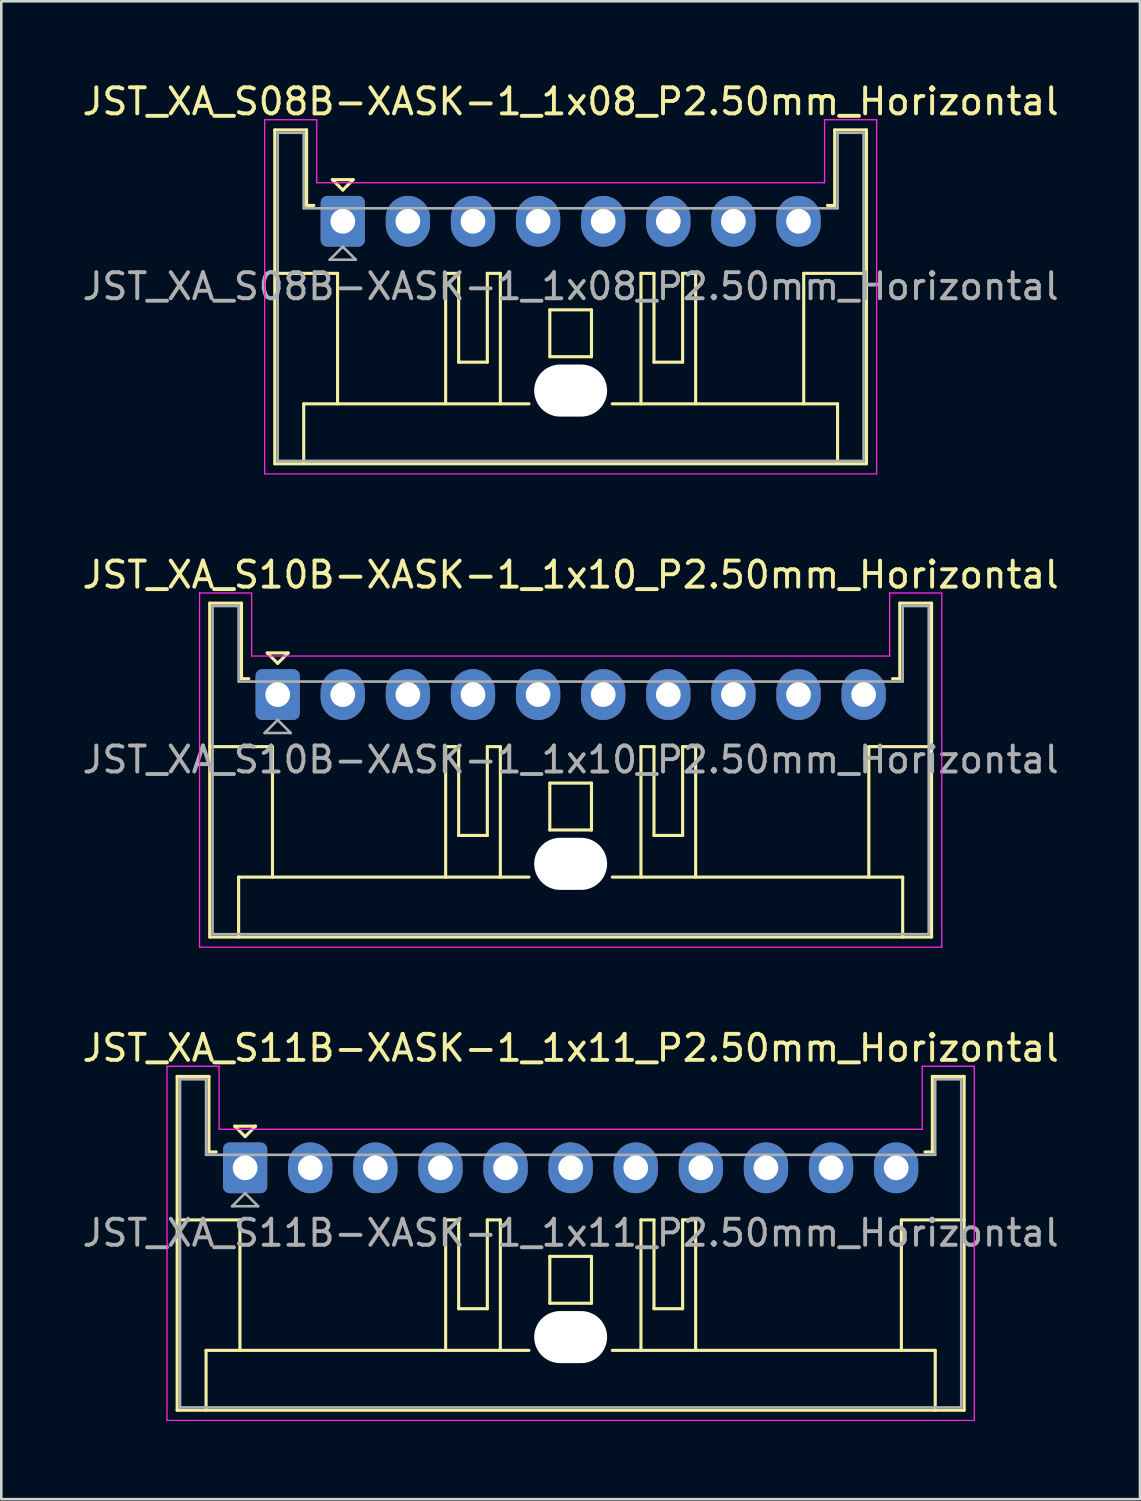
<source format=kicad_pcb>
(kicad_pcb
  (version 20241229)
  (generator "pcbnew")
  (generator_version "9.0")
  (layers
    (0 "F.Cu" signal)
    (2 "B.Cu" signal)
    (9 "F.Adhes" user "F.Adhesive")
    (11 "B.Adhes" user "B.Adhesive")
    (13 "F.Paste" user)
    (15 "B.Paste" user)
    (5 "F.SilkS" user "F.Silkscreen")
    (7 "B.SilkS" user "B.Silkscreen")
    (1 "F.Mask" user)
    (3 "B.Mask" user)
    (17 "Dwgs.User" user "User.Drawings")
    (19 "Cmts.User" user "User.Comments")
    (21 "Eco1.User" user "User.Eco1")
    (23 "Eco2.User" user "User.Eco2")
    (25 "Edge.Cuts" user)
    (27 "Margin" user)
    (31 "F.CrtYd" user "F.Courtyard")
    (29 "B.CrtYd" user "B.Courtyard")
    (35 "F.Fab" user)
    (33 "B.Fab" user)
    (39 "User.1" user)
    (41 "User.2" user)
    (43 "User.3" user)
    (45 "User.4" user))
  (footprint "JST_XA_S11B-XASK-1_1x11_P2.50mm_Horizontal"
    (layer "F.Cu")
    (at 6.363 41.795)
    (property "Reference" "JST_XA_S11B-XASK-1_1x11_P2.50mm_Horizontal" (at 12.5 -4.6 0) (layer "F.SilkS") (effects (font (size 1 1) (thickness 0.15))))
    (attr through_hole)
    (fp_line (start -2.61 -3.51) (end -2.61 9.31) (stroke (width 0.12) (type solid)) (layer "F.SilkS"))
    (fp_line (start -2.61 9.31) (end 27.61 9.31) (stroke (width 0.12) (type solid)) (layer "F.SilkS"))
    (fp_line (start -1.5 7.01) (end 10.9 7.01) (stroke (width 0.12) (type solid)) (layer "F.SilkS"))
    (fp_line (start -1.5 9.31) (end -1.5 7.01) (stroke (width 0.12) (type solid)) (layer "F.SilkS"))
    (fp_line (start -1.39 -3.51) (end -2.61 -3.51) (stroke (width 0.12) (type solid)) (layer "F.SilkS"))
    (fp_line (start -1.39 -0.61) (end -1.39 -3.51) (stroke (width 0.12) (type solid)) (layer "F.SilkS"))
    (fp_line (start -1.11 -0.61) (end -1.39 -0.61) (stroke (width 0.12) (type solid)) (layer "F.SilkS"))
    (fp_line (start -0.4 -1.6) (end 0.4 -1.6) (stroke (width 0.12) (type solid)) (layer "F.SilkS"))
    (fp_line (start -0.2 2) (end -2.61 2) (stroke (width 0.12) (type solid)) (layer "F.SilkS"))
    (fp_line (start -0.2 7.01) (end -0.2 2) (stroke (width 0.12) (type solid)) (layer "F.SilkS"))
    (fp_line (start 0 -1.2) (end -0.4 -1.6) (stroke (width 0.12) (type solid)) (layer "F.SilkS"))
    (fp_line (start 0.4 -1.6) (end 0 -1.2) (stroke (width 0.12) (type solid)) (layer "F.SilkS"))
    (fp_line (start 7.7 2) (end 7.7 7.01) (stroke (width 0.12) (type solid)) (layer "F.SilkS"))
    (fp_line (start 8.2 2) (end 7.7 2) (stroke (width 0.12) (type solid)) (layer "F.SilkS"))
    (fp_line (start 8.2 5.41) (end 8.2 2) (stroke (width 0.12) (type solid)) (layer "F.SilkS"))
    (fp_line (start 9.3 2) (end 9.3 5.41) (stroke (width 0.12) (type solid)) (layer "F.SilkS"))
    (fp_line (start 9.3 5.41) (end 8.2 5.41) (stroke (width 0.12) (type solid)) (layer "F.SilkS"))
    (fp_line (start 9.8 2) (end 9.3 2) (stroke (width 0.12) (type solid)) (layer "F.SilkS"))
    (fp_line (start 9.8 7.01) (end 9.8 2) (stroke (width 0.12) (type solid)) (layer "F.SilkS"))
    (fp_line (start 11.7 3.4) (end 13.3 3.4) (stroke (width 0.12) (type solid)) (layer "F.SilkS"))
    (fp_line (start 11.7 5.2) (end 11.7 3.4) (stroke (width 0.12) (type solid)) (layer "F.SilkS"))
    (fp_line (start 13.3 3.4) (end 13.3 5.2) (stroke (width 0.12) (type solid)) (layer "F.SilkS"))
    (fp_line (start 13.3 5.2) (end 11.7 5.2) (stroke (width 0.12) (type solid)) (layer "F.SilkS"))
    (fp_line (start 14.1 7.01) (end 26.5 7.01) (stroke (width 0.12) (type solid)) (layer "F.SilkS"))
    (fp_line (start 15.2 2) (end 15.7 2) (stroke (width 0.12) (type solid)) (layer "F.SilkS"))
    (fp_line (start 15.2 7.01) (end 15.2 2) (stroke (width 0.12) (type solid)) (layer "F.SilkS"))
    (fp_line (start 15.7 2) (end 15.7 5.41) (stroke (width 0.12) (type solid)) (layer "F.SilkS"))
    (fp_line (start 15.7 5.41) (end 16.8 5.41) (stroke (width 0.12) (type solid)) (layer "F.SilkS"))
    (fp_line (start 16.8 2) (end 17.3 2) (stroke (width 0.12) (type solid)) (layer "F.SilkS"))
    (fp_line (start 16.8 5.41) (end 16.8 2) (stroke (width 0.12) (type solid)) (layer "F.SilkS"))
    (fp_line (start 17.3 2) (end 17.3 7.01) (stroke (width 0.12) (type solid)) (layer "F.SilkS"))
    (fp_line (start 25.2 2) (end 27.61 2) (stroke (width 0.12) (type solid)) (layer "F.SilkS"))
    (fp_line (start 25.2 7.01) (end 25.2 2) (stroke (width 0.12) (type solid)) (layer "F.SilkS"))
    (fp_line (start 26.39 -3.51) (end 26.39 -0.61) (stroke (width 0.12) (type solid)) (layer "F.SilkS"))
    (fp_line (start 26.39 -0.61) (end 26.11 -0.61) (stroke (width 0.12) (type solid)) (layer "F.SilkS"))
    (fp_line (start 26.5 7.01) (end 26.5 9.31) (stroke (width 0.12) (type solid)) (layer "F.SilkS"))
    (fp_line (start 27.61 -3.51) (end 26.39 -3.51) (stroke (width 0.12) (type solid)) (layer "F.SilkS"))
    (fp_line (start 27.61 9.31) (end 27.61 -3.51) (stroke (width 0.12) (type solid)) (layer "F.SilkS"))
    (fp_line (start -3 -3.9) (end -3 9.7) (stroke (width 0.05) (type solid)) (layer "F.CrtYd"))
    (fp_line (start -3 9.7) (end 28 9.7) (stroke (width 0.05) (type solid)) (layer "F.CrtYd"))
    (fp_line (start -1 -3.9) (end -3 -3.9) (stroke (width 0.05) (type solid)) (layer "F.CrtYd"))
    (fp_line (start -1 -1.48) (end -1 -3.9) (stroke (width 0.05) (type solid)) (layer "F.CrtYd"))
    (fp_line (start 26 -3.9) (end 26 -1.48) (stroke (width 0.05) (type solid)) (layer "F.CrtYd"))
    (fp_line (start 26 -1.48) (end -1 -1.48) (stroke (width 0.05) (type solid)) (layer "F.CrtYd"))
    (fp_line (start 28 -3.9) (end 26 -3.9) (stroke (width 0.05) (type solid)) (layer "F.CrtYd"))
    (fp_line (start 28 9.7) (end 28 -3.9) (stroke (width 0.05) (type solid)) (layer "F.CrtYd"))
    (fp_line (start -2.5 -3.4) (end -2.5 9.2) (stroke (width 0.1) (type solid)) (layer "F.Fab"))
    (fp_line (start -2.5 9.2) (end 27.5 9.2) (stroke (width 0.1) (type solid)) (layer "F.Fab"))
    (fp_line (start -1.5 -3.4) (end -2.5 -3.4) (stroke (width 0.1) (type solid)) (layer "F.Fab"))
    (fp_line (start -1.5 -0.5) (end -1.5 -3.4) (stroke (width 0.1) (type solid)) (layer "F.Fab"))
    (fp_line (start -0.5 1.475) (end 0.5 1.475) (stroke (width 0.1) (type solid)) (layer "F.Fab"))
    (fp_line (start 0 0.975) (end -0.5 1.475) (stroke (width 0.1) (type solid)) (layer "F.Fab"))
    (fp_line (start 0.5 1.475) (end 0 0.975) (stroke (width 0.1) (type solid)) (layer "F.Fab"))
    (fp_line (start 26.5 -3.4) (end 26.5 -0.5) (stroke (width 0.1) (type solid)) (layer "F.Fab"))
    (fp_line (start 26.5 -0.5) (end -1.5 -0.5) (stroke (width 0.1) (type solid)) (layer "F.Fab"))
    (fp_line (start 27.5 -3.4) (end 26.5 -3.4) (stroke (width 0.1) (type solid)) (layer "F.Fab"))
    (fp_line (start 27.5 9.2) (end 27.5 -3.4) (stroke (width 0.1) (type solid)) (layer "F.Fab"))
    (fp_text user "${REFERENCE}" (at 12.5 2.5 0) (layer "F.Fab") (effects (font (size 1 1) (thickness 0.15))))
    (pad "" np_thru_hole oval (at 12.5 6.5) (size 2.8 2) (drill oval 2.8 2) (layers "*.Cu" "*.Mask"))
    (pad "1" thru_hole roundrect (at 0 0) (size 1.7 1.95) (drill 0.95) (layers "*.Cu" "*.Mask") (roundrect_rratio 0.147))
    (pad "2" thru_hole oval (at 2.5 0) (size 1.7 1.95) (drill 0.95) (layers "*.Cu" "*.Mask"))
    (pad "3" thru_hole oval (at 5 0) (size 1.7 1.95) (drill 0.95) (layers "*.Cu" "*.Mask"))
    (pad "4" thru_hole oval (at 7.5 0) (size 1.7 1.95) (drill 0.95) (layers "*.Cu" "*.Mask"))
    (pad "5" thru_hole oval (at 10 0) (size 1.7 1.95) (drill 0.95) (layers "*.Cu" "*.Mask"))
    (pad "6" thru_hole oval (at 12.5 0) (size 1.7 1.95) (drill 0.95) (layers "*.Cu" "*.Mask"))
    (pad "7" thru_hole oval (at 15 0) (size 1.7 1.95) (drill 0.95) (layers "*.Cu" "*.Mask"))
    (pad "8" thru_hole oval (at 17.5 0) (size 1.7 1.95) (drill 0.95) (layers "*.Cu" "*.Mask"))
    (pad "9" thru_hole oval (at 20 0) (size 1.7 1.95) (drill 0.95) (layers "*.Cu" "*.Mask"))
    (pad "10" thru_hole oval (at 22.5 0) (size 1.7 1.95) (drill 0.95) (layers "*.Cu" "*.Mask"))
    (pad "11" thru_hole oval (at 25 0) (size 1.7 1.95) (drill 0.95) (layers "*.Cu" "*.Mask")))
  (footprint "JST_XA_S10B-XASK-1_1x10_P2.50mm_Horizontal"
    (layer "F.Cu")
    (at 7.613 23.622)
    (property "Reference" "JST_XA_S10B-XASK-1_1x10_P2.50mm_Horizontal" (at 11.25 -4.6 0) (layer "F.SilkS") (effects (font (size 1 1) (thickness 0.15))))
    (attr through_hole)
    (fp_line (start -2.61 -3.51) (end -2.61 9.31) (stroke (width 0.12) (type solid)) (layer "F.SilkS"))
    (fp_line (start -2.61 9.31) (end 25.11 9.31) (stroke (width 0.12) (type solid)) (layer "F.SilkS"))
    (fp_line (start -1.5 7.01) (end 9.65 7.01) (stroke (width 0.12) (type solid)) (layer "F.SilkS"))
    (fp_line (start -1.5 9.31) (end -1.5 7.01) (stroke (width 0.12) (type solid)) (layer "F.SilkS"))
    (fp_line (start -1.39 -3.51) (end -2.61 -3.51) (stroke (width 0.12) (type solid)) (layer "F.SilkS"))
    (fp_line (start -1.39 -0.61) (end -1.39 -3.51) (stroke (width 0.12) (type solid)) (layer "F.SilkS"))
    (fp_line (start -1.11 -0.61) (end -1.39 -0.61) (stroke (width 0.12) (type solid)) (layer "F.SilkS"))
    (fp_line (start -0.4 -1.6) (end 0.4 -1.6) (stroke (width 0.12) (type solid)) (layer "F.SilkS"))
    (fp_line (start -0.2 2) (end -2.61 2) (stroke (width 0.12) (type solid)) (layer "F.SilkS"))
    (fp_line (start -0.2 7.01) (end -0.2 2) (stroke (width 0.12) (type solid)) (layer "F.SilkS"))
    (fp_line (start 0 -1.2) (end -0.4 -1.6) (stroke (width 0.12) (type solid)) (layer "F.SilkS"))
    (fp_line (start 0.4 -1.6) (end 0 -1.2) (stroke (width 0.12) (type solid)) (layer "F.SilkS"))
    (fp_line (start 6.45 2) (end 6.45 7.01) (stroke (width 0.12) (type solid)) (layer "F.SilkS"))
    (fp_line (start 6.95 2) (end 6.45 2) (stroke (width 0.12) (type solid)) (layer "F.SilkS"))
    (fp_line (start 6.95 5.41) (end 6.95 2) (stroke (width 0.12) (type solid)) (layer "F.SilkS"))
    (fp_line (start 8.05 2) (end 8.05 5.41) (stroke (width 0.12) (type solid)) (layer "F.SilkS"))
    (fp_line (start 8.05 5.41) (end 6.95 5.41) (stroke (width 0.12) (type solid)) (layer "F.SilkS"))
    (fp_line (start 8.55 2) (end 8.05 2) (stroke (width 0.12) (type solid)) (layer "F.SilkS"))
    (fp_line (start 8.55 7.01) (end 8.55 2) (stroke (width 0.12) (type solid)) (layer "F.SilkS"))
    (fp_line (start 10.45 3.4) (end 12.05 3.4) (stroke (width 0.12) (type solid)) (layer "F.SilkS"))
    (fp_line (start 10.45 5.2) (end 10.45 3.4) (stroke (width 0.12) (type solid)) (layer "F.SilkS"))
    (fp_line (start 12.05 3.4) (end 12.05 5.2) (stroke (width 0.12) (type solid)) (layer "F.SilkS"))
    (fp_line (start 12.05 5.2) (end 10.45 5.2) (stroke (width 0.12) (type solid)) (layer "F.SilkS"))
    (fp_line (start 12.85 7.01) (end 24 7.01) (stroke (width 0.12) (type solid)) (layer "F.SilkS"))
    (fp_line (start 13.95 2) (end 14.45 2) (stroke (width 0.12) (type solid)) (layer "F.SilkS"))
    (fp_line (start 13.95 7.01) (end 13.95 2) (stroke (width 0.12) (type solid)) (layer "F.SilkS"))
    (fp_line (start 14.45 2) (end 14.45 5.41) (stroke (width 0.12) (type solid)) (layer "F.SilkS"))
    (fp_line (start 14.45 5.41) (end 15.55 5.41) (stroke (width 0.12) (type solid)) (layer "F.SilkS"))
    (fp_line (start 15.55 2) (end 16.05 2) (stroke (width 0.12) (type solid)) (layer "F.SilkS"))
    (fp_line (start 15.55 5.41) (end 15.55 2) (stroke (width 0.12) (type solid)) (layer "F.SilkS"))
    (fp_line (start 16.05 2) (end 16.05 7.01) (stroke (width 0.12) (type solid)) (layer "F.SilkS"))
    (fp_line (start 22.7 2) (end 25.11 2) (stroke (width 0.12) (type solid)) (layer "F.SilkS"))
    (fp_line (start 22.7 7.01) (end 22.7 2) (stroke (width 0.12) (type solid)) (layer "F.SilkS"))
    (fp_line (start 23.89 -3.51) (end 23.89 -0.61) (stroke (width 0.12) (type solid)) (layer "F.SilkS"))
    (fp_line (start 23.89 -0.61) (end 23.61 -0.61) (stroke (width 0.12) (type solid)) (layer "F.SilkS"))
    (fp_line (start 24 7.01) (end 24 9.31) (stroke (width 0.12) (type solid)) (layer "F.SilkS"))
    (fp_line (start 25.11 -3.51) (end 23.89 -3.51) (stroke (width 0.12) (type solid)) (layer "F.SilkS"))
    (fp_line (start 25.11 9.31) (end 25.11 -3.51) (stroke (width 0.12) (type solid)) (layer "F.SilkS"))
    (fp_line (start -3 -3.9) (end -3 9.7) (stroke (width 0.05) (type solid)) (layer "F.CrtYd"))
    (fp_line (start -3 9.7) (end 25.5 9.7) (stroke (width 0.05) (type solid)) (layer "F.CrtYd"))
    (fp_line (start -1 -3.9) (end -3 -3.9) (stroke (width 0.05) (type solid)) (layer "F.CrtYd"))
    (fp_line (start -1 -1.48) (end -1 -3.9) (stroke (width 0.05) (type solid)) (layer "F.CrtYd"))
    (fp_line (start 23.5 -3.9) (end 23.5 -1.48) (stroke (width 0.05) (type solid)) (layer "F.CrtYd"))
    (fp_line (start 23.5 -1.48) (end -1 -1.48) (stroke (width 0.05) (type solid)) (layer "F.CrtYd"))
    (fp_line (start 25.5 -3.9) (end 23.5 -3.9) (stroke (width 0.05) (type solid)) (layer "F.CrtYd"))
    (fp_line (start 25.5 9.7) (end 25.5 -3.9) (stroke (width 0.05) (type solid)) (layer "F.CrtYd"))
    (fp_line (start -2.5 -3.4) (end -2.5 9.2) (stroke (width 0.1) (type solid)) (layer "F.Fab"))
    (fp_line (start -2.5 9.2) (end 25 9.2) (stroke (width 0.1) (type solid)) (layer "F.Fab"))
    (fp_line (start -1.5 -3.4) (end -2.5 -3.4) (stroke (width 0.1) (type solid)) (layer "F.Fab"))
    (fp_line (start -1.5 -0.5) (end -1.5 -3.4) (stroke (width 0.1) (type solid)) (layer "F.Fab"))
    (fp_line (start -0.5 1.475) (end 0.5 1.475) (stroke (width 0.1) (type solid)) (layer "F.Fab"))
    (fp_line (start 0 0.975) (end -0.5 1.475) (stroke (width 0.1) (type solid)) (layer "F.Fab"))
    (fp_line (start 0.5 1.475) (end 0 0.975) (stroke (width 0.1) (type solid)) (layer "F.Fab"))
    (fp_line (start 24 -3.4) (end 24 -0.5) (stroke (width 0.1) (type solid)) (layer "F.Fab"))
    (fp_line (start 24 -0.5) (end -1.5 -0.5) (stroke (width 0.1) (type solid)) (layer "F.Fab"))
    (fp_line (start 25 -3.4) (end 24 -3.4) (stroke (width 0.1) (type solid)) (layer "F.Fab"))
    (fp_line (start 25 9.2) (end 25 -3.4) (stroke (width 0.1) (type solid)) (layer "F.Fab"))
    (fp_text user "${REFERENCE}" (at 11.25 2.5 0) (layer "F.Fab") (effects (font (size 1 1) (thickness 0.15))))
    (pad "" np_thru_hole oval (at 11.25 6.5) (size 2.8 2) (drill oval 2.8 2) (layers "*.Cu" "*.Mask"))
    (pad "1" thru_hole roundrect (at 0 0) (size 1.7 1.95) (drill 0.95) (layers "*.Cu" "*.Mask") (roundrect_rratio 0.147))
    (pad "2" thru_hole oval (at 2.5 0) (size 1.7 1.95) (drill 0.95) (layers "*.Cu" "*.Mask"))
    (pad "3" thru_hole oval (at 5 0) (size 1.7 1.95) (drill 0.95) (layers "*.Cu" "*.Mask"))
    (pad "4" thru_hole oval (at 7.5 0) (size 1.7 1.95) (drill 0.95) (layers "*.Cu" "*.Mask"))
    (pad "5" thru_hole oval (at 10 0) (size 1.7 1.95) (drill 0.95) (layers "*.Cu" "*.Mask"))
    (pad "6" thru_hole oval (at 12.5 0) (size 1.7 1.95) (drill 0.95) (layers "*.Cu" "*.Mask"))
    (pad "7" thru_hole oval (at 15 0) (size 1.7 1.95) (drill 0.95) (layers "*.Cu" "*.Mask"))
    (pad "8" thru_hole oval (at 17.5 0) (size 1.7 1.95) (drill 0.95) (layers "*.Cu" "*.Mask"))
    (pad "9" thru_hole oval (at 20 0) (size 1.7 1.95) (drill 0.95) (layers "*.Cu" "*.Mask"))
    (pad "10" thru_hole oval (at 22.5 0) (size 1.7 1.95) (drill 0.95) (layers "*.Cu" "*.Mask")))
  (footprint "JST_XA_S08B-XASK-1_1x08_P2.50mm_Horizontal"
    (layer "F.Cu")
    (at 10.113 5.448)
    (property "Reference" "JST_XA_S08B-XASK-1_1x08_P2.50mm_Horizontal" (at 8.75 -4.6 0) (layer "F.SilkS") (effects (font (size 1 1) (thickness 0.15))))
    (attr through_hole)
    (fp_line (start -2.61 -3.51) (end -2.61 9.31) (stroke (width 0.12) (type solid)) (layer "F.SilkS"))
    (fp_line (start -2.61 9.31) (end 20.11 9.31) (stroke (width 0.12) (type solid)) (layer "F.SilkS"))
    (fp_line (start -1.5 7.01) (end 7.15 7.01) (stroke (width 0.12) (type solid)) (layer "F.SilkS"))
    (fp_line (start -1.5 9.31) (end -1.5 7.01) (stroke (width 0.12) (type solid)) (layer "F.SilkS"))
    (fp_line (start -1.39 -3.51) (end -2.61 -3.51) (stroke (width 0.12) (type solid)) (layer "F.SilkS"))
    (fp_line (start -1.39 -0.61) (end -1.39 -3.51) (stroke (width 0.12) (type solid)) (layer "F.SilkS"))
    (fp_line (start -1.11 -0.61) (end -1.39 -0.61) (stroke (width 0.12) (type solid)) (layer "F.SilkS"))
    (fp_line (start -0.4 -1.6) (end 0.4 -1.6) (stroke (width 0.12) (type solid)) (layer "F.SilkS"))
    (fp_line (start -0.2 2) (end -2.61 2) (stroke (width 0.12) (type solid)) (layer "F.SilkS"))
    (fp_line (start -0.2 7.01) (end -0.2 2) (stroke (width 0.12) (type solid)) (layer "F.SilkS"))
    (fp_line (start 0 -1.2) (end -0.4 -1.6) (stroke (width 0.12) (type solid)) (layer "F.SilkS"))
    (fp_line (start 0.4 -1.6) (end 0 -1.2) (stroke (width 0.12) (type solid)) (layer "F.SilkS"))
    (fp_line (start 3.95 2) (end 3.95 7.01) (stroke (width 0.12) (type solid)) (layer "F.SilkS"))
    (fp_line (start 4.45 2) (end 3.95 2) (stroke (width 0.12) (type solid)) (layer "F.SilkS"))
    (fp_line (start 4.45 5.41) (end 4.45 2) (stroke (width 0.12) (type solid)) (layer "F.SilkS"))
    (fp_line (start 5.55 2) (end 5.55 5.41) (stroke (width 0.12) (type solid)) (layer "F.SilkS"))
    (fp_line (start 5.55 5.41) (end 4.45 5.41) (stroke (width 0.12) (type solid)) (layer "F.SilkS"))
    (fp_line (start 6.05 2) (end 5.55 2) (stroke (width 0.12) (type solid)) (layer "F.SilkS"))
    (fp_line (start 6.05 7.01) (end 6.05 2) (stroke (width 0.12) (type solid)) (layer "F.SilkS"))
    (fp_line (start 7.95 3.4) (end 9.55 3.4) (stroke (width 0.12) (type solid)) (layer "F.SilkS"))
    (fp_line (start 7.95 5.2) (end 7.95 3.4) (stroke (width 0.12) (type solid)) (layer "F.SilkS"))
    (fp_line (start 9.55 3.4) (end 9.55 5.2) (stroke (width 0.12) (type solid)) (layer "F.SilkS"))
    (fp_line (start 9.55 5.2) (end 7.95 5.2) (stroke (width 0.12) (type solid)) (layer "F.SilkS"))
    (fp_line (start 10.35 7.01) (end 19 7.01) (stroke (width 0.12) (type solid)) (layer "F.SilkS"))
    (fp_line (start 11.45 2) (end 11.95 2) (stroke (width 0.12) (type solid)) (layer "F.SilkS"))
    (fp_line (start 11.45 7.01) (end 11.45 2) (stroke (width 0.12) (type solid)) (layer "F.SilkS"))
    (fp_line (start 11.95 2) (end 11.95 5.41) (stroke (width 0.12) (type solid)) (layer "F.SilkS"))
    (fp_line (start 11.95 5.41) (end 13.05 5.41) (stroke (width 0.12) (type solid)) (layer "F.SilkS"))
    (fp_line (start 13.05 2) (end 13.55 2) (stroke (width 0.12) (type solid)) (layer "F.SilkS"))
    (fp_line (start 13.05 5.41) (end 13.05 2) (stroke (width 0.12) (type solid)) (layer "F.SilkS"))
    (fp_line (start 13.55 2) (end 13.55 7.01) (stroke (width 0.12) (type solid)) (layer "F.SilkS"))
    (fp_line (start 17.7 2) (end 20.11 2) (stroke (width 0.12) (type solid)) (layer "F.SilkS"))
    (fp_line (start 17.7 7.01) (end 17.7 2) (stroke (width 0.12) (type solid)) (layer "F.SilkS"))
    (fp_line (start 18.89 -3.51) (end 18.89 -0.61) (stroke (width 0.12) (type solid)) (layer "F.SilkS"))
    (fp_line (start 18.89 -0.61) (end 18.61 -0.61) (stroke (width 0.12) (type solid)) (layer "F.SilkS"))
    (fp_line (start 19 7.01) (end 19 9.31) (stroke (width 0.12) (type solid)) (layer "F.SilkS"))
    (fp_line (start 20.11 -3.51) (end 18.89 -3.51) (stroke (width 0.12) (type solid)) (layer "F.SilkS"))
    (fp_line (start 20.11 9.31) (end 20.11 -3.51) (stroke (width 0.12) (type solid)) (layer "F.SilkS"))
    (fp_line (start -3 -3.9) (end -3 9.7) (stroke (width 0.05) (type solid)) (layer "F.CrtYd"))
    (fp_line (start -3 9.7) (end 20.5 9.7) (stroke (width 0.05) (type solid)) (layer "F.CrtYd"))
    (fp_line (start -1 -3.9) (end -3 -3.9) (stroke (width 0.05) (type solid)) (layer "F.CrtYd"))
    (fp_line (start -1 -1.48) (end -1 -3.9) (stroke (width 0.05) (type solid)) (layer "F.CrtYd"))
    (fp_line (start 18.5 -3.9) (end 18.5 -1.48) (stroke (width 0.05) (type solid)) (layer "F.CrtYd"))
    (fp_line (start 18.5 -1.48) (end -1 -1.48) (stroke (width 0.05) (type solid)) (layer "F.CrtYd"))
    (fp_line (start 20.5 -3.9) (end 18.5 -3.9) (stroke (width 0.05) (type solid)) (layer "F.CrtYd"))
    (fp_line (start 20.5 9.7) (end 20.5 -3.9) (stroke (width 0.05) (type solid)) (layer "F.CrtYd"))
    (fp_line (start -2.5 -3.4) (end -2.5 9.2) (stroke (width 0.1) (type solid)) (layer "F.Fab"))
    (fp_line (start -2.5 9.2) (end 20 9.2) (stroke (width 0.1) (type solid)) (layer "F.Fab"))
    (fp_line (start -1.5 -3.4) (end -2.5 -3.4) (stroke (width 0.1) (type solid)) (layer "F.Fab"))
    (fp_line (start -1.5 -0.5) (end -1.5 -3.4) (stroke (width 0.1) (type solid)) (layer "F.Fab"))
    (fp_line (start -0.5 1.475) (end 0.5 1.475) (stroke (width 0.1) (type solid)) (layer "F.Fab"))
    (fp_line (start 0 0.975) (end -0.5 1.475) (stroke (width 0.1) (type solid)) (layer "F.Fab"))
    (fp_line (start 0.5 1.475) (end 0 0.975) (stroke (width 0.1) (type solid)) (layer "F.Fab"))
    (fp_line (start 19 -3.4) (end 19 -0.5) (stroke (width 0.1) (type solid)) (layer "F.Fab"))
    (fp_line (start 19 -0.5) (end -1.5 -0.5) (stroke (width 0.1) (type solid)) (layer "F.Fab"))
    (fp_line (start 20 -3.4) (end 19 -3.4) (stroke (width 0.1) (type solid)) (layer "F.Fab"))
    (fp_line (start 20 9.2) (end 20 -3.4) (stroke (width 0.1) (type solid)) (layer "F.Fab"))
    (fp_text user "${REFERENCE}" (at 8.75 2.5 0) (layer "F.Fab") (effects (font (size 1 1) (thickness 0.15))))
    (pad "" np_thru_hole oval (at 8.75 6.5) (size 2.8 2) (drill oval 2.8 2) (layers "*.Cu" "*.Mask"))
    (pad "1" thru_hole roundrect (at 0 0) (size 1.7 1.95) (drill 0.95) (layers "*.Cu" "*.Mask") (roundrect_rratio 0.147))
    (pad "2" thru_hole oval (at 2.5 0) (size 1.7 1.95) (drill 0.95) (layers "*.Cu" "*.Mask"))
    (pad "3" thru_hole oval (at 5 0) (size 1.7 1.95) (drill 0.95) (layers "*.Cu" "*.Mask"))
    (pad "4" thru_hole oval (at 7.5 0) (size 1.7 1.95) (drill 0.95) (layers "*.Cu" "*.Mask"))
    (pad "5" thru_hole oval (at 10 0) (size 1.7 1.95) (drill 0.95) (layers "*.Cu" "*.Mask"))
    (pad "6" thru_hole oval (at 12.5 0) (size 1.7 1.95) (drill 0.95) (layers "*.Cu" "*.Mask"))
    (pad "7" thru_hole oval (at 15 0) (size 1.7 1.95) (drill 0.95) (layers "*.Cu" "*.Mask"))
    (pad "8" thru_hole oval (at 17.5 0) (size 1.7 1.95) (drill 0.95) (layers "*.Cu" "*.Mask")))
  (gr_rect
    (start -3 -3)
    (end 40.726 54.52)
    (stroke (width 0.1) (type default))
    (fill no)
    (layer "Edge.Cuts")))
</source>
